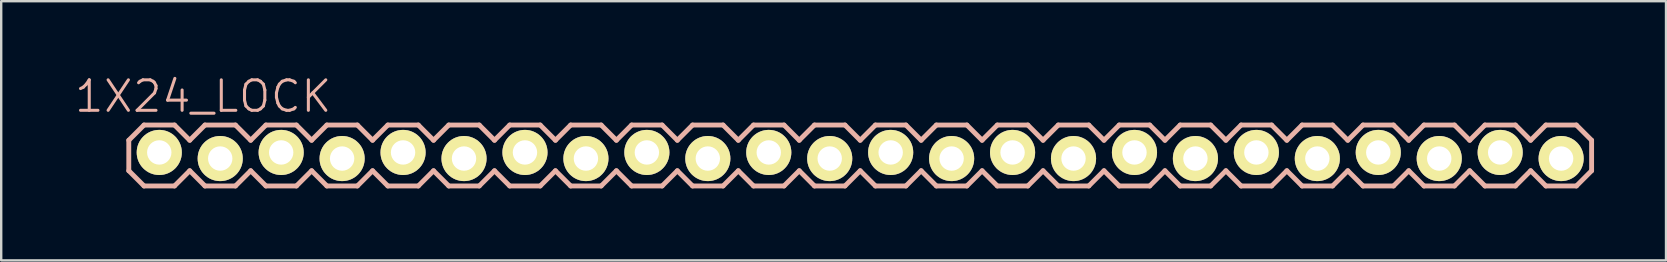
<source format=kicad_pcb>
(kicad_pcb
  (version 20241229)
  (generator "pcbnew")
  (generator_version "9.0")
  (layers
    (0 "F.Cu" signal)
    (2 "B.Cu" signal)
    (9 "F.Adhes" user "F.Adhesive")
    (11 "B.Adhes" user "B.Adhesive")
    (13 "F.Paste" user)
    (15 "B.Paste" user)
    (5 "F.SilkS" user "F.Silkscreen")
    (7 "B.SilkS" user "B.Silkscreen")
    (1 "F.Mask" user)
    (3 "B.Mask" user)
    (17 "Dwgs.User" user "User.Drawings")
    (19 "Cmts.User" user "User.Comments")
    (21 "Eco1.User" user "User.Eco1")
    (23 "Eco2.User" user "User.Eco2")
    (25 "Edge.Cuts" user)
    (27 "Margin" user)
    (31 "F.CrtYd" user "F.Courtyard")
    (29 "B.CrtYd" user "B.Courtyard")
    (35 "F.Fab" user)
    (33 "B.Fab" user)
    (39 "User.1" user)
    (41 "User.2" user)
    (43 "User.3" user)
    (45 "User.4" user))
  (footprint "1X24_LOCK"
    (layer "F.Cu")
    (at 30.257 3.43)
    (property "Reference" "1X24_LOCK" (at -24.841 -2.464 0) (layer "B.SilkS") (effects (font (size 1.27 1.27) (thickness 0.127))))
    (attr exclude_from_pos_files exclude_from_bom)
    (fp_line (start -26.924 -0.254) (end -26.416 -0.254) (stroke (width 0.066) (type solid)) (layer "F.SilkS"))
    (fp_line (start -26.924 0.254) (end -26.924 -0.254) (stroke (width 0.066) (type solid)) (layer "F.SilkS"))
    (fp_line (start -26.924 0.254) (end -26.416 0.254) (stroke (width 0.066) (type solid)) (layer "F.SilkS"))
    (fp_line (start -26.416 0.254) (end -26.416 -0.254) (stroke (width 0.066) (type solid)) (layer "F.SilkS"))
    (fp_line (start -24.384 -0.254) (end -23.876 -0.254) (stroke (width 0.066) (type solid)) (layer "F.SilkS"))
    (fp_line (start -24.384 0.254) (end -24.384 -0.254) (stroke (width 0.066) (type solid)) (layer "F.SilkS"))
    (fp_line (start -24.384 0.254) (end -23.876 0.254) (stroke (width 0.066) (type solid)) (layer "F.SilkS"))
    (fp_line (start -23.876 0.254) (end -23.876 -0.254) (stroke (width 0.066) (type solid)) (layer "F.SilkS"))
    (fp_line (start -21.844 -0.254) (end -21.336 -0.254) (stroke (width 0.066) (type solid)) (layer "F.SilkS"))
    (fp_line (start -21.844 0.254) (end -21.844 -0.254) (stroke (width 0.066) (type solid)) (layer "F.SilkS"))
    (fp_line (start -21.844 0.254) (end -21.336 0.254) (stroke (width 0.066) (type solid)) (layer "F.SilkS"))
    (fp_line (start -21.336 0.254) (end -21.336 -0.254) (stroke (width 0.066) (type solid)) (layer "F.SilkS"))
    (fp_line (start -19.304 -0.254) (end -18.796 -0.254) (stroke (width 0.066) (type solid)) (layer "F.SilkS"))
    (fp_line (start -19.304 0.254) (end -19.304 -0.254) (stroke (width 0.066) (type solid)) (layer "F.SilkS"))
    (fp_line (start -19.304 0.254) (end -18.796 0.254) (stroke (width 0.066) (type solid)) (layer "F.SilkS"))
    (fp_line (start -18.796 0.254) (end -18.796 -0.254) (stroke (width 0.066) (type solid)) (layer "F.SilkS"))
    (fp_line (start -16.764 -0.254) (end -16.256 -0.254) (stroke (width 0.066) (type solid)) (layer "F.SilkS"))
    (fp_line (start -16.764 0.254) (end -16.764 -0.254) (stroke (width 0.066) (type solid)) (layer "F.SilkS"))
    (fp_line (start -16.764 0.254) (end -16.256 0.254) (stroke (width 0.066) (type solid)) (layer "F.SilkS"))
    (fp_line (start -16.256 0.254) (end -16.256 -0.254) (stroke (width 0.066) (type solid)) (layer "F.SilkS"))
    (fp_line (start -14.224 -0.254) (end -13.716 -0.254) (stroke (width 0.066) (type solid)) (layer "F.SilkS"))
    (fp_line (start -14.224 0.254) (end -14.224 -0.254) (stroke (width 0.066) (type solid)) (layer "F.SilkS"))
    (fp_line (start -14.224 0.254) (end -13.716 0.254) (stroke (width 0.066) (type solid)) (layer "F.SilkS"))
    (fp_line (start -13.716 0.254) (end -13.716 -0.254) (stroke (width 0.066) (type solid)) (layer "F.SilkS"))
    (fp_line (start -11.684 -0.254) (end -11.176 -0.254) (stroke (width 0.066) (type solid)) (layer "F.SilkS"))
    (fp_line (start -11.684 0.254) (end -11.684 -0.254) (stroke (width 0.066) (type solid)) (layer "F.SilkS"))
    (fp_line (start -11.684 0.254) (end -11.176 0.254) (stroke (width 0.066) (type solid)) (layer "F.SilkS"))
    (fp_line (start -11.176 0.254) (end -11.176 -0.254) (stroke (width 0.066) (type solid)) (layer "F.SilkS"))
    (fp_line (start -9.144 -0.254) (end -8.636 -0.254) (stroke (width 0.066) (type solid)) (layer "F.SilkS"))
    (fp_line (start -9.144 0.254) (end -9.144 -0.254) (stroke (width 0.066) (type solid)) (layer "F.SilkS"))
    (fp_line (start -9.144 0.254) (end -8.636 0.254) (stroke (width 0.066) (type solid)) (layer "F.SilkS"))
    (fp_line (start -8.636 0.254) (end -8.636 -0.254) (stroke (width 0.066) (type solid)) (layer "F.SilkS"))
    (fp_line (start -6.604 -0.254) (end -6.096 -0.254) (stroke (width 0.066) (type solid)) (layer "F.SilkS"))
    (fp_line (start -6.604 0.254) (end -6.604 -0.254) (stroke (width 0.066) (type solid)) (layer "F.SilkS"))
    (fp_line (start -6.604 0.254) (end -6.096 0.254) (stroke (width 0.066) (type solid)) (layer "F.SilkS"))
    (fp_line (start -6.096 0.254) (end -6.096 -0.254) (stroke (width 0.066) (type solid)) (layer "F.SilkS"))
    (fp_line (start -4.064 -0.254) (end -3.556 -0.254) (stroke (width 0.066) (type solid)) (layer "F.SilkS"))
    (fp_line (start -4.064 0.254) (end -4.064 -0.254) (stroke (width 0.066) (type solid)) (layer "F.SilkS"))
    (fp_line (start -4.064 0.254) (end -3.556 0.254) (stroke (width 0.066) (type solid)) (layer "F.SilkS"))
    (fp_line (start -3.556 0.254) (end -3.556 -0.254) (stroke (width 0.066) (type solid)) (layer "F.SilkS"))
    (fp_line (start -1.524 -0.254) (end -1.016 -0.254) (stroke (width 0.066) (type solid)) (layer "F.SilkS"))
    (fp_line (start -1.524 0.254) (end -1.524 -0.254) (stroke (width 0.066) (type solid)) (layer "F.SilkS"))
    (fp_line (start -1.524 0.254) (end -1.016 0.254) (stroke (width 0.066) (type solid)) (layer "F.SilkS"))
    (fp_line (start -1.016 0.254) (end -1.016 -0.254) (stroke (width 0.066) (type solid)) (layer "F.SilkS"))
    (fp_line (start 1.016 -0.254) (end 1.524 -0.254) (stroke (width 0.066) (type solid)) (layer "F.SilkS"))
    (fp_line (start 1.016 0.254) (end 1.016 -0.254) (stroke (width 0.066) (type solid)) (layer "F.SilkS"))
    (fp_line (start 1.016 0.254) (end 1.524 0.254) (stroke (width 0.066) (type solid)) (layer "F.SilkS"))
    (fp_line (start 1.524 0.254) (end 1.524 -0.254) (stroke (width 0.066) (type solid)) (layer "F.SilkS"))
    (fp_line (start 3.556 -0.254) (end 4.064 -0.254) (stroke (width 0.066) (type solid)) (layer "F.SilkS"))
    (fp_line (start 3.556 0.254) (end 3.556 -0.254) (stroke (width 0.066) (type solid)) (layer "F.SilkS"))
    (fp_line (start 3.556 0.254) (end 4.064 0.254) (stroke (width 0.066) (type solid)) (layer "F.SilkS"))
    (fp_line (start 4.064 0.254) (end 4.064 -0.254) (stroke (width 0.066) (type solid)) (layer "F.SilkS"))
    (fp_line (start 6.096 -0.254) (end 6.604 -0.254) (stroke (width 0.066) (type solid)) (layer "F.SilkS"))
    (fp_line (start 6.096 0.254) (end 6.096 -0.254) (stroke (width 0.066) (type solid)) (layer "F.SilkS"))
    (fp_line (start 6.096 0.254) (end 6.604 0.254) (stroke (width 0.066) (type solid)) (layer "F.SilkS"))
    (fp_line (start 6.604 0.254) (end 6.604 -0.254) (stroke (width 0.066) (type solid)) (layer "F.SilkS"))
    (fp_line (start 8.636 -0.254) (end 9.144 -0.254) (stroke (width 0.066) (type solid)) (layer "F.SilkS"))
    (fp_line (start 8.636 0.254) (end 8.636 -0.254) (stroke (width 0.066) (type solid)) (layer "F.SilkS"))
    (fp_line (start 8.636 0.254) (end 9.144 0.254) (stroke (width 0.066) (type solid)) (layer "F.SilkS"))
    (fp_line (start 9.144 0.254) (end 9.144 -0.254) (stroke (width 0.066) (type solid)) (layer "F.SilkS"))
    (fp_line (start 11.176 -0.254) (end 11.684 -0.254) (stroke (width 0.066) (type solid)) (layer "F.SilkS"))
    (fp_line (start 11.176 0.254) (end 11.176 -0.254) (stroke (width 0.066) (type solid)) (layer "F.SilkS"))
    (fp_line (start 11.176 0.254) (end 11.684 0.254) (stroke (width 0.066) (type solid)) (layer "F.SilkS"))
    (fp_line (start 11.684 0.254) (end 11.684 -0.254) (stroke (width 0.066) (type solid)) (layer "F.SilkS"))
    (fp_line (start 13.716 -0.254) (end 14.224 -0.254) (stroke (width 0.066) (type solid)) (layer "F.SilkS"))
    (fp_line (start 13.716 0.254) (end 13.716 -0.254) (stroke (width 0.066) (type solid)) (layer "F.SilkS"))
    (fp_line (start 13.716 0.254) (end 14.224 0.254) (stroke (width 0.066) (type solid)) (layer "F.SilkS"))
    (fp_line (start 14.224 0.254) (end 14.224 -0.254) (stroke (width 0.066) (type solid)) (layer "F.SilkS"))
    (fp_line (start 16.256 -0.254) (end 16.764 -0.254) (stroke (width 0.066) (type solid)) (layer "F.SilkS"))
    (fp_line (start 16.256 0.254) (end 16.256 -0.254) (stroke (width 0.066) (type solid)) (layer "F.SilkS"))
    (fp_line (start 16.256 0.254) (end 16.764 0.254) (stroke (width 0.066) (type solid)) (layer "F.SilkS"))
    (fp_line (start 16.764 0.254) (end 16.764 -0.254) (stroke (width 0.066) (type solid)) (layer "F.SilkS"))
    (fp_line (start 18.796 -0.254) (end 19.304 -0.254) (stroke (width 0.066) (type solid)) (layer "F.SilkS"))
    (fp_line (start 18.796 0.254) (end 18.796 -0.254) (stroke (width 0.066) (type solid)) (layer "F.SilkS"))
    (fp_line (start 18.796 0.254) (end 19.304 0.254) (stroke (width 0.066) (type solid)) (layer "F.SilkS"))
    (fp_line (start 19.304 0.254) (end 19.304 -0.254) (stroke (width 0.066) (type solid)) (layer "F.SilkS"))
    (fp_line (start 21.336 -0.254) (end 21.844 -0.254) (stroke (width 0.066) (type solid)) (layer "F.SilkS"))
    (fp_line (start 21.336 0.254) (end 21.336 -0.254) (stroke (width 0.066) (type solid)) (layer "F.SilkS"))
    (fp_line (start 21.336 0.254) (end 21.844 0.254) (stroke (width 0.066) (type solid)) (layer "F.SilkS"))
    (fp_line (start 21.844 0.254) (end 21.844 -0.254) (stroke (width 0.066) (type solid)) (layer "F.SilkS"))
    (fp_line (start 23.876 -0.254) (end 24.384 -0.254) (stroke (width 0.066) (type solid)) (layer "F.SilkS"))
    (fp_line (start 23.876 0.254) (end 23.876 -0.254) (stroke (width 0.066) (type solid)) (layer "F.SilkS"))
    (fp_line (start 23.876 0.254) (end 24.384 0.254) (stroke (width 0.066) (type solid)) (layer "F.SilkS"))
    (fp_line (start 24.384 0.254) (end 24.384 -0.254) (stroke (width 0.066) (type solid)) (layer "F.SilkS"))
    (fp_line (start 26.416 -0.254) (end 26.924 -0.254) (stroke (width 0.066) (type solid)) (layer "F.SilkS"))
    (fp_line (start 26.416 0.254) (end 26.416 -0.254) (stroke (width 0.066) (type solid)) (layer "F.SilkS"))
    (fp_line (start 26.416 0.254) (end 26.924 0.254) (stroke (width 0.066) (type solid)) (layer "F.SilkS"))
    (fp_line (start 26.924 0.254) (end 26.924 -0.254) (stroke (width 0.066) (type solid)) (layer "F.SilkS"))
    (fp_line (start 28.953 -0.254) (end 29.464 -0.254) (stroke (width 0.066) (type solid)) (layer "F.SilkS"))
    (fp_line (start 28.953 0.254) (end 28.953 -0.254) (stroke (width 0.066) (type solid)) (layer "F.SilkS"))
    (fp_line (start 28.953 0.254) (end 29.464 0.254) (stroke (width 0.066) (type solid)) (layer "F.SilkS"))
    (fp_line (start 29.464 0.254) (end 29.464 -0.254) (stroke (width 0.066) (type solid)) (layer "F.SilkS"))
    (fp_line (start 31.496 -0.254) (end 32.004 -0.254) (stroke (width 0.066) (type solid)) (layer "F.SilkS"))
    (fp_line (start 31.496 0.254) (end 31.496 -0.254) (stroke (width 0.066) (type solid)) (layer "F.SilkS"))
    (fp_line (start 31.496 0.254) (end 32.004 0.254) (stroke (width 0.066) (type solid)) (layer "F.SilkS"))
    (fp_line (start 32.004 0.254) (end 32.004 -0.254) (stroke (width 0.066) (type solid)) (layer "F.SilkS"))
    (fp_line (start -27.94 -0.635) (end -27.94 0.635) (stroke (width 0.203) (type solid)) (layer "B.SilkS"))
    (fp_line (start -27.94 -0.635) (end -27.305 -1.27) (stroke (width 0.203) (type solid)) (layer "B.SilkS"))
    (fp_line (start -27.305 -1.27) (end -26.035 -1.27) (stroke (width 0.203) (type solid)) (layer "B.SilkS"))
    (fp_line (start -27.305 1.27) (end -27.94 0.635) (stroke (width 0.203) (type solid)) (layer "B.SilkS"))
    (fp_line (start -26.035 -1.27) (end -25.4 -0.635) (stroke (width 0.203) (type solid)) (layer "B.SilkS"))
    (fp_line (start -26.035 1.27) (end -27.305 1.27) (stroke (width 0.203) (type solid)) (layer "B.SilkS"))
    (fp_line (start -25.4 -0.635) (end -24.765 -1.27) (stroke (width 0.203) (type solid)) (layer "B.SilkS"))
    (fp_line (start -25.4 0.635) (end -26.035 1.27) (stroke (width 0.203) (type solid)) (layer "B.SilkS"))
    (fp_line (start -24.765 -1.27) (end -23.495 -1.27) (stroke (width 0.203) (type solid)) (layer "B.SilkS"))
    (fp_line (start -24.765 1.27) (end -25.4 0.635) (stroke (width 0.203) (type solid)) (layer "B.SilkS"))
    (fp_line (start -23.495 -1.27) (end -22.86 -0.635) (stroke (width 0.203) (type solid)) (layer "B.SilkS"))
    (fp_line (start -23.495 1.27) (end -24.765 1.27) (stroke (width 0.203) (type solid)) (layer "B.SilkS"))
    (fp_line (start -22.86 0.635) (end -23.495 1.27) (stroke (width 0.203) (type solid)) (layer "B.SilkS"))
    (fp_line (start -22.86 0.635) (end -22.225 1.27) (stroke (width 0.203) (type solid)) (layer "B.SilkS"))
    (fp_line (start -22.225 -1.27) (end -22.86 -0.635) (stroke (width 0.203) (type solid)) (layer "B.SilkS"))
    (fp_line (start -22.225 -1.27) (end -20.955 -1.27) (stroke (width 0.203) (type solid)) (layer "B.SilkS"))
    (fp_line (start -20.955 -1.27) (end -20.32 -0.635) (stroke (width 0.203) (type solid)) (layer "B.SilkS"))
    (fp_line (start -20.955 1.27) (end -22.225 1.27) (stroke (width 0.203) (type solid)) (layer "B.SilkS"))
    (fp_line (start -20.32 -0.635) (end -19.685 -1.27) (stroke (width 0.203) (type solid)) (layer "B.SilkS"))
    (fp_line (start -20.32 0.635) (end -20.955 1.27) (stroke (width 0.203) (type solid)) (layer "B.SilkS"))
    (fp_line (start -19.685 -1.27) (end -18.415 -1.27) (stroke (width 0.203) (type solid)) (layer "B.SilkS"))
    (fp_line (start -19.685 1.27) (end -20.32 0.635) (stroke (width 0.203) (type solid)) (layer "B.SilkS"))
    (fp_line (start -18.415 -1.27) (end -17.78 -0.635) (stroke (width 0.203) (type solid)) (layer "B.SilkS"))
    (fp_line (start -18.415 1.27) (end -19.685 1.27) (stroke (width 0.203) (type solid)) (layer "B.SilkS"))
    (fp_line (start -17.78 -0.635) (end -17.145 -1.27) (stroke (width 0.203) (type solid)) (layer "B.SilkS"))
    (fp_line (start -17.78 0.635) (end -18.415 1.27) (stroke (width 0.203) (type solid)) (layer "B.SilkS"))
    (fp_line (start -17.145 -1.27) (end -15.875 -1.27) (stroke (width 0.203) (type solid)) (layer "B.SilkS"))
    (fp_line (start -17.145 1.27) (end -17.78 0.635) (stroke (width 0.203) (type solid)) (layer "B.SilkS"))
    (fp_line (start -15.875 -1.27) (end -15.24 -0.635) (stroke (width 0.203) (type solid)) (layer "B.SilkS"))
    (fp_line (start -15.875 1.27) (end -17.145 1.27) (stroke (width 0.203) (type solid)) (layer "B.SilkS"))
    (fp_line (start -15.24 0.635) (end -15.875 1.27) (stroke (width 0.203) (type solid)) (layer "B.SilkS"))
    (fp_line (start -15.24 0.635) (end -14.605 1.27) (stroke (width 0.203) (type solid)) (layer "B.SilkS"))
    (fp_line (start -14.605 -1.27) (end -15.24 -0.635) (stroke (width 0.203) (type solid)) (layer "B.SilkS"))
    (fp_line (start -14.605 -1.27) (end -13.335 -1.27) (stroke (width 0.203) (type solid)) (layer "B.SilkS"))
    (fp_line (start -13.335 -1.27) (end -12.7 -0.635) (stroke (width 0.203) (type solid)) (layer "B.SilkS"))
    (fp_line (start -13.335 1.27) (end -14.605 1.27) (stroke (width 0.203) (type solid)) (layer "B.SilkS"))
    (fp_line (start -12.7 0.635) (end -13.335 1.27) (stroke (width 0.203) (type solid)) (layer "B.SilkS"))
    (fp_line (start -12.7 0.635) (end -12.065 1.27) (stroke (width 0.203) (type solid)) (layer "B.SilkS"))
    (fp_line (start -12.065 -1.27) (end -12.7 -0.635) (stroke (width 0.203) (type solid)) (layer "B.SilkS"))
    (fp_line (start -12.065 -1.27) (end -10.795 -1.27) (stroke (width 0.203) (type solid)) (layer "B.SilkS"))
    (fp_line (start -10.795 -1.27) (end -10.16 -0.635) (stroke (width 0.203) (type solid)) (layer "B.SilkS"))
    (fp_line (start -10.795 1.27) (end -12.065 1.27) (stroke (width 0.203) (type solid)) (layer "B.SilkS"))
    (fp_line (start -10.16 -0.635) (end -9.525 -1.27) (stroke (width 0.203) (type solid)) (layer "B.SilkS"))
    (fp_line (start -10.16 0.635) (end -10.795 1.27) (stroke (width 0.203) (type solid)) (layer "B.SilkS"))
    (fp_line (start -9.525 -1.27) (end -8.255 -1.27) (stroke (width 0.203) (type solid)) (layer "B.SilkS"))
    (fp_line (start -9.525 1.27) (end -10.16 0.635) (stroke (width 0.203) (type solid)) (layer "B.SilkS"))
    (fp_line (start -8.255 -1.27) (end -7.62 -0.635) (stroke (width 0.203) (type solid)) (layer "B.SilkS"))
    (fp_line (start -8.255 1.27) (end -9.525 1.27) (stroke (width 0.203) (type solid)) (layer "B.SilkS"))
    (fp_line (start -7.62 -0.635) (end -6.985 -1.27) (stroke (width 0.203) (type solid)) (layer "B.SilkS"))
    (fp_line (start -7.62 0.635) (end -8.255 1.27) (stroke (width 0.203) (type solid)) (layer "B.SilkS"))
    (fp_line (start -6.985 -1.27) (end -5.715 -1.27) (stroke (width 0.203) (type solid)) (layer "B.SilkS"))
    (fp_line (start -6.985 1.27) (end -7.62 0.635) (stroke (width 0.203) (type solid)) (layer "B.SilkS"))
    (fp_line (start -5.715 -1.27) (end -5.08 -0.635) (stroke (width 0.203) (type solid)) (layer "B.SilkS"))
    (fp_line (start -5.715 1.27) (end -6.985 1.27) (stroke (width 0.203) (type solid)) (layer "B.SilkS"))
    (fp_line (start -5.08 0.635) (end -5.715 1.27) (stroke (width 0.203) (type solid)) (layer "B.SilkS"))
    (fp_line (start -5.08 0.635) (end -4.445 1.27) (stroke (width 0.203) (type solid)) (layer "B.SilkS"))
    (fp_line (start -4.445 -1.27) (end -5.08 -0.635) (stroke (width 0.203) (type solid)) (layer "B.SilkS"))
    (fp_line (start -4.445 -1.27) (end -3.175 -1.27) (stroke (width 0.203) (type solid)) (layer "B.SilkS"))
    (fp_line (start -3.175 -1.27) (end -2.54 -0.635) (stroke (width 0.203) (type solid)) (layer "B.SilkS"))
    (fp_line (start -3.175 1.27) (end -4.445 1.27) (stroke (width 0.203) (type solid)) (layer "B.SilkS"))
    (fp_line (start -2.54 -0.635) (end -1.905 -1.27) (stroke (width 0.203) (type solid)) (layer "B.SilkS"))
    (fp_line (start -2.54 0.635) (end -3.175 1.27) (stroke (width 0.203) (type solid)) (layer "B.SilkS"))
    (fp_line (start -1.905 -1.27) (end -0.635 -1.27) (stroke (width 0.203) (type solid)) (layer "B.SilkS"))
    (fp_line (start -1.905 1.27) (end -2.54 0.635) (stroke (width 0.203) (type solid)) (layer "B.SilkS"))
    (fp_line (start -0.635 -1.27) (end 0 -0.635) (stroke (width 0.203) (type solid)) (layer "B.SilkS"))
    (fp_line (start -0.635 1.27) (end -1.905 1.27) (stroke (width 0.203) (type solid)) (layer "B.SilkS"))
    (fp_line (start 0 -0.635) (end 0.635 -1.27) (stroke (width 0.203) (type solid)) (layer "B.SilkS"))
    (fp_line (start 0 0.635) (end -0.635 1.27) (stroke (width 0.203) (type solid)) (layer "B.SilkS"))
    (fp_line (start 0.635 -1.27) (end 1.905 -1.27) (stroke (width 0.203) (type solid)) (layer "B.SilkS"))
    (fp_line (start 0.635 1.27) (end 0 0.635) (stroke (width 0.203) (type solid)) (layer "B.SilkS"))
    (fp_line (start 1.905 -1.27) (end 2.54 -0.635) (stroke (width 0.203) (type solid)) (layer "B.SilkS"))
    (fp_line (start 1.905 1.27) (end 0.635 1.27) (stroke (width 0.203) (type solid)) (layer "B.SilkS"))
    (fp_line (start 2.54 0.635) (end 1.905 1.27) (stroke (width 0.203) (type solid)) (layer "B.SilkS"))
    (fp_line (start 2.54 0.635) (end 3.175 1.27) (stroke (width 0.203) (type solid)) (layer "B.SilkS"))
    (fp_line (start 3.175 -1.27) (end 2.54 -0.635) (stroke (width 0.203) (type solid)) (layer "B.SilkS"))
    (fp_line (start 3.175 -1.27) (end 4.445 -1.27) (stroke (width 0.203) (type solid)) (layer "B.SilkS"))
    (fp_line (start 4.445 -1.27) (end 5.08 -0.635) (stroke (width 0.203) (type solid)) (layer "B.SilkS"))
    (fp_line (start 4.445 1.27) (end 3.175 1.27) (stroke (width 0.203) (type solid)) (layer "B.SilkS"))
    (fp_line (start 5.08 0.635) (end 4.445 1.27) (stroke (width 0.203) (type solid)) (layer "B.SilkS"))
    (fp_line (start 5.08 0.635) (end 5.715 1.27) (stroke (width 0.203) (type solid)) (layer "B.SilkS"))
    (fp_line (start 5.715 -1.27) (end 5.08 -0.635) (stroke (width 0.203) (type solid)) (layer "B.SilkS"))
    (fp_line (start 5.715 -1.27) (end 6.985 -1.27) (stroke (width 0.203) (type solid)) (layer "B.SilkS"))
    (fp_line (start 6.985 -1.27) (end 7.62 -0.635) (stroke (width 0.203) (type solid)) (layer "B.SilkS"))
    (fp_line (start 6.985 1.27) (end 5.715 1.27) (stroke (width 0.203) (type solid)) (layer "B.SilkS"))
    (fp_line (start 7.62 0.635) (end 6.985 1.27) (stroke (width 0.203) (type solid)) (layer "B.SilkS"))
    (fp_line (start 7.62 0.635) (end 8.255 1.27) (stroke (width 0.203) (type solid)) (layer "B.SilkS"))
    (fp_line (start 8.255 -1.27) (end 7.62 -0.635) (stroke (width 0.203) (type solid)) (layer "B.SilkS"))
    (fp_line (start 8.255 -1.27) (end 9.525 -1.27) (stroke (width 0.203) (type solid)) (layer "B.SilkS"))
    (fp_line (start 9.525 -1.27) (end 10.16 -0.635) (stroke (width 0.203) (type solid)) (layer "B.SilkS"))
    (fp_line (start 9.525 1.27) (end 8.255 1.27) (stroke (width 0.203) (type solid)) (layer "B.SilkS"))
    (fp_line (start 10.16 0.635) (end 9.525 1.27) (stroke (width 0.203) (type solid)) (layer "B.SilkS"))
    (fp_line (start 10.16 0.635) (end 10.795 1.27) (stroke (width 0.203) (type solid)) (layer "B.SilkS"))
    (fp_line (start 10.795 -1.27) (end 10.16 -0.635) (stroke (width 0.203) (type solid)) (layer "B.SilkS"))
    (fp_line (start 10.795 -1.27) (end 12.065 -1.27) (stroke (width 0.203) (type solid)) (layer "B.SilkS"))
    (fp_line (start 12.065 -1.27) (end 12.7 -0.635) (stroke (width 0.203) (type solid)) (layer "B.SilkS"))
    (fp_line (start 12.065 1.27) (end 10.795 1.27) (stroke (width 0.203) (type solid)) (layer "B.SilkS"))
    (fp_line (start 12.7 0.635) (end 12.065 1.27) (stroke (width 0.203) (type solid)) (layer "B.SilkS"))
    (fp_line (start 12.7 0.635) (end 13.335 1.27) (stroke (width 0.203) (type solid)) (layer "B.SilkS"))
    (fp_line (start 13.335 -1.27) (end 12.7 -0.635) (stroke (width 0.203) (type solid)) (layer "B.SilkS"))
    (fp_line (start 13.335 -1.27) (end 14.605 -1.27) (stroke (width 0.203) (type solid)) (layer "B.SilkS"))
    (fp_line (start 14.605 -1.27) (end 15.24 -0.635) (stroke (width 0.203) (type solid)) (layer "B.SilkS"))
    (fp_line (start 14.605 1.27) (end 13.335 1.27) (stroke (width 0.203) (type solid)) (layer "B.SilkS"))
    (fp_line (start 15.24 0.635) (end 14.605 1.27) (stroke (width 0.203) (type solid)) (layer "B.SilkS"))
    (fp_line (start 15.24 0.635) (end 15.875 1.27) (stroke (width 0.203) (type solid)) (layer "B.SilkS"))
    (fp_line (start 15.875 -1.27) (end 15.24 -0.635) (stroke (width 0.203) (type solid)) (layer "B.SilkS"))
    (fp_line (start 15.875 -1.27) (end 17.145 -1.27) (stroke (width 0.203) (type solid)) (layer "B.SilkS"))
    (fp_line (start 17.145 -1.27) (end 17.78 -0.635) (stroke (width 0.203) (type solid)) (layer "B.SilkS"))
    (fp_line (start 17.145 1.27) (end 15.875 1.27) (stroke (width 0.203) (type solid)) (layer "B.SilkS"))
    (fp_line (start 17.78 0.635) (end 17.145 1.27) (stroke (width 0.203) (type solid)) (layer "B.SilkS"))
    (fp_line (start 17.78 0.635) (end 18.415 1.27) (stroke (width 0.203) (type solid)) (layer "B.SilkS"))
    (fp_line (start 18.415 -1.27) (end 17.78 -0.635) (stroke (width 0.203) (type solid)) (layer "B.SilkS"))
    (fp_line (start 18.415 -1.27) (end 19.685 -1.27) (stroke (width 0.203) (type solid)) (layer "B.SilkS"))
    (fp_line (start 19.685 -1.27) (end 20.32 -0.635) (stroke (width 0.203) (type solid)) (layer "B.SilkS"))
    (fp_line (start 19.685 1.27) (end 18.415 1.27) (stroke (width 0.203) (type solid)) (layer "B.SilkS"))
    (fp_line (start 20.32 0.635) (end 19.685 1.27) (stroke (width 0.203) (type solid)) (layer "B.SilkS"))
    (fp_line (start 20.32 0.635) (end 20.955 1.27) (stroke (width 0.203) (type solid)) (layer "B.SilkS"))
    (fp_line (start 20.955 -1.27) (end 20.32 -0.635) (stroke (width 0.203) (type solid)) (layer "B.SilkS"))
    (fp_line (start 20.955 -1.27) (end 22.225 -1.27) (stroke (width 0.203) (type solid)) (layer "B.SilkS"))
    (fp_line (start 22.225 -1.27) (end 22.86 -0.635) (stroke (width 0.203) (type solid)) (layer "B.SilkS"))
    (fp_line (start 22.225 1.27) (end 20.955 1.27) (stroke (width 0.203) (type solid)) (layer "B.SilkS"))
    (fp_line (start 22.86 0.635) (end 22.225 1.27) (stroke (width 0.203) (type solid)) (layer "B.SilkS"))
    (fp_line (start 22.86 0.635) (end 23.495 1.27) (stroke (width 0.203) (type solid)) (layer "B.SilkS"))
    (fp_line (start 23.495 -1.27) (end 22.86 -0.635) (stroke (width 0.203) (type solid)) (layer "B.SilkS"))
    (fp_line (start 23.495 -1.27) (end 24.765 -1.27) (stroke (width 0.203) (type solid)) (layer "B.SilkS"))
    (fp_line (start 24.765 -1.27) (end 25.4 -0.635) (stroke (width 0.203) (type solid)) (layer "B.SilkS"))
    (fp_line (start 24.765 1.27) (end 23.495 1.27) (stroke (width 0.203) (type solid)) (layer "B.SilkS"))
    (fp_line (start 25.4 0.635) (end 24.765 1.27) (stroke (width 0.203) (type solid)) (layer "B.SilkS"))
    (fp_line (start 25.4 0.635) (end 26.035 1.27) (stroke (width 0.203) (type solid)) (layer "B.SilkS"))
    (fp_line (start 26.035 -1.27) (end 25.4 -0.635) (stroke (width 0.203) (type solid)) (layer "B.SilkS"))
    (fp_line (start 26.035 -1.27) (end 27.305 -1.27) (stroke (width 0.203) (type solid)) (layer "B.SilkS"))
    (fp_line (start 27.305 -1.27) (end 27.94 -0.635) (stroke (width 0.203) (type solid)) (layer "B.SilkS"))
    (fp_line (start 27.305 1.27) (end 26.035 1.27) (stroke (width 0.203) (type solid)) (layer "B.SilkS"))
    (fp_line (start 27.94 0.635) (end 27.305 1.27) (stroke (width 0.203) (type solid)) (layer "B.SilkS"))
    (fp_line (start 27.94 0.635) (end 28.575 1.27) (stroke (width 0.203) (type solid)) (layer "B.SilkS"))
    (fp_line (start 28.575 -1.27) (end 27.94 -0.635) (stroke (width 0.203) (type solid)) (layer "B.SilkS"))
    (fp_line (start 28.575 -1.27) (end 29.845 -1.27) (stroke (width 0.203) (type solid)) (layer "B.SilkS"))
    (fp_line (start 29.845 -1.27) (end 30.48 -0.635) (stroke (width 0.203) (type solid)) (layer "B.SilkS"))
    (fp_line (start 29.845 1.27) (end 28.575 1.27) (stroke (width 0.203) (type solid)) (layer "B.SilkS"))
    (fp_line (start 30.48 0.635) (end 29.845 1.27) (stroke (width 0.203) (type solid)) (layer "B.SilkS"))
    (fp_line (start 30.48 0.635) (end 31.115 1.27) (stroke (width 0.203) (type solid)) (layer "B.SilkS"))
    (fp_line (start 31.115 -1.27) (end 30.48 -0.635) (stroke (width 0.203) (type solid)) (layer "B.SilkS"))
    (fp_line (start 31.115 -1.27) (end 32.385 -1.27) (stroke (width 0.203) (type solid)) (layer "B.SilkS"))
    (fp_line (start 32.385 -1.27) (end 33.02 -0.635) (stroke (width 0.203) (type solid)) (layer "B.SilkS"))
    (fp_line (start 32.385 1.27) (end 31.115 1.27) (stroke (width 0.203) (type solid)) (layer "B.SilkS"))
    (fp_line (start 33.02 -0.635) (end 33.02 0.635) (stroke (width 0.203) (type solid)) (layer "B.SilkS"))
    (fp_line (start 33.02 0.635) (end 32.385 1.27) (stroke (width 0.203) (type solid)) (layer "B.SilkS"))
    (pad "2" thru_hole circle (at -26.67 -0.127) (size 1.88 1.88) (drill 1.016) (layers "*.Cu" "F.Mask" "F.SilkS" "F.Paste"))
    (pad "3" thru_hole circle (at -24.13 0.127) (size 1.88 1.88) (drill 1.016) (layers "*.Cu" "F.Mask" "F.SilkS" "F.Paste"))
    (pad "4" thru_hole circle (at -21.59 -0.127) (size 1.88 1.88) (drill 1.016) (layers "*.Cu" "F.Mask" "F.SilkS" "F.Paste"))
    (pad "5" thru_hole circle (at -19.05 0.127) (size 1.88 1.88) (drill 1.016) (layers "*.Cu" "F.Mask" "F.SilkS" "F.Paste"))
    (pad "6" thru_hole circle (at -16.51 -0.127) (size 1.88 1.88) (drill 1.016) (layers "*.Cu" "F.Mask" "F.SilkS" "F.Paste"))
    (pad "7" thru_hole circle (at -13.97 0.127) (size 1.88 1.88) (drill 1.016) (layers "*.Cu" "F.Mask" "F.SilkS" "F.Paste"))
    (pad "8" thru_hole circle (at -11.43 -0.127) (size 1.88 1.88) (drill 1.016) (layers "*.Cu" "F.Mask" "F.SilkS" "F.Paste"))
    (pad "9" thru_hole circle (at -8.89 0.127) (size 1.88 1.88) (drill 1.016) (layers "*.Cu" "F.Mask" "F.SilkS" "F.Paste"))
    (pad "10" thru_hole circle (at -6.35 -0.127) (size 1.88 1.88) (drill 1.016) (layers "*.Cu" "F.Mask" "F.SilkS" "F.Paste"))
    (pad "11" thru_hole circle (at -3.81 0.127) (size 1.88 1.88) (drill 1.016) (layers "*.Cu" "F.Mask" "F.SilkS" "F.Paste"))
    (pad "12" thru_hole circle (at -1.27 -0.127) (size 1.88 1.88) (drill 1.016) (layers "*.Cu" "F.Mask" "F.SilkS" "F.Paste"))
    (pad "13" thru_hole circle (at 1.27 0.127) (size 1.88 1.88) (drill 1.016) (layers "*.Cu" "F.Mask" "F.SilkS" "F.Paste"))
    (pad "14" thru_hole circle (at 3.81 -0.127) (size 1.88 1.88) (drill 1.016) (layers "*.Cu" "F.Mask" "F.SilkS" "F.Paste"))
    (pad "15" thru_hole circle (at 6.35 0.127) (size 1.88 1.88) (drill 1.016) (layers "*.Cu" "F.Mask" "F.SilkS" "F.Paste"))
    (pad "16" thru_hole circle (at 8.89 -0.127) (size 1.88 1.88) (drill 1.016) (layers "*.Cu" "F.Mask" "F.SilkS" "F.Paste"))
    (pad "17" thru_hole circle (at 11.43 0.127) (size 1.88 1.88) (drill 1.016) (layers "*.Cu" "F.Mask" "F.SilkS" "F.Paste"))
    (pad "18" thru_hole circle (at 13.97 -0.127) (size 1.88 1.88) (drill 1.016) (layers "*.Cu" "F.Mask" "F.SilkS" "F.Paste"))
    (pad "19" thru_hole circle (at 16.51 0.127) (size 1.88 1.88) (drill 1.016) (layers "*.Cu" "F.Mask" "F.SilkS" "F.Paste"))
    (pad "20" thru_hole circle (at 19.05 -0.127) (size 1.88 1.88) (drill 1.016) (layers "*.Cu" "F.Mask" "F.SilkS" "F.Paste"))
    (pad "21" thru_hole circle (at 21.59 0.127) (size 1.88 1.88) (drill 1.016) (layers "*.Cu" "F.Mask" "F.SilkS" "F.Paste"))
    (pad "22" thru_hole circle (at 24.13 -0.127) (size 1.88 1.88) (drill 1.016) (layers "*.Cu" "F.Mask" "F.SilkS" "F.Paste"))
    (pad "23" thru_hole circle (at 26.67 0.127) (size 1.88 1.88) (drill 1.016) (layers "*.Cu" "F.Mask" "F.SilkS" "F.Paste"))
    (pad "24" thru_hole circle (at 29.21 -0.127) (size 1.88 1.88) (drill 1.016) (layers "*.Cu" "F.Mask" "F.SilkS" "F.Paste"))
    (pad "25" thru_hole circle (at 31.75 0.127) (size 1.88 1.88) (drill 1.016) (layers "*.Cu" "F.Mask" "F.SilkS" "F.Paste")))
  (gr_rect
    (start -3 -3)
    (end 66.378 7.801)
    (stroke (width 0.1) (type default))
    (fill no)
    (layer "Edge.Cuts")))
</source>
